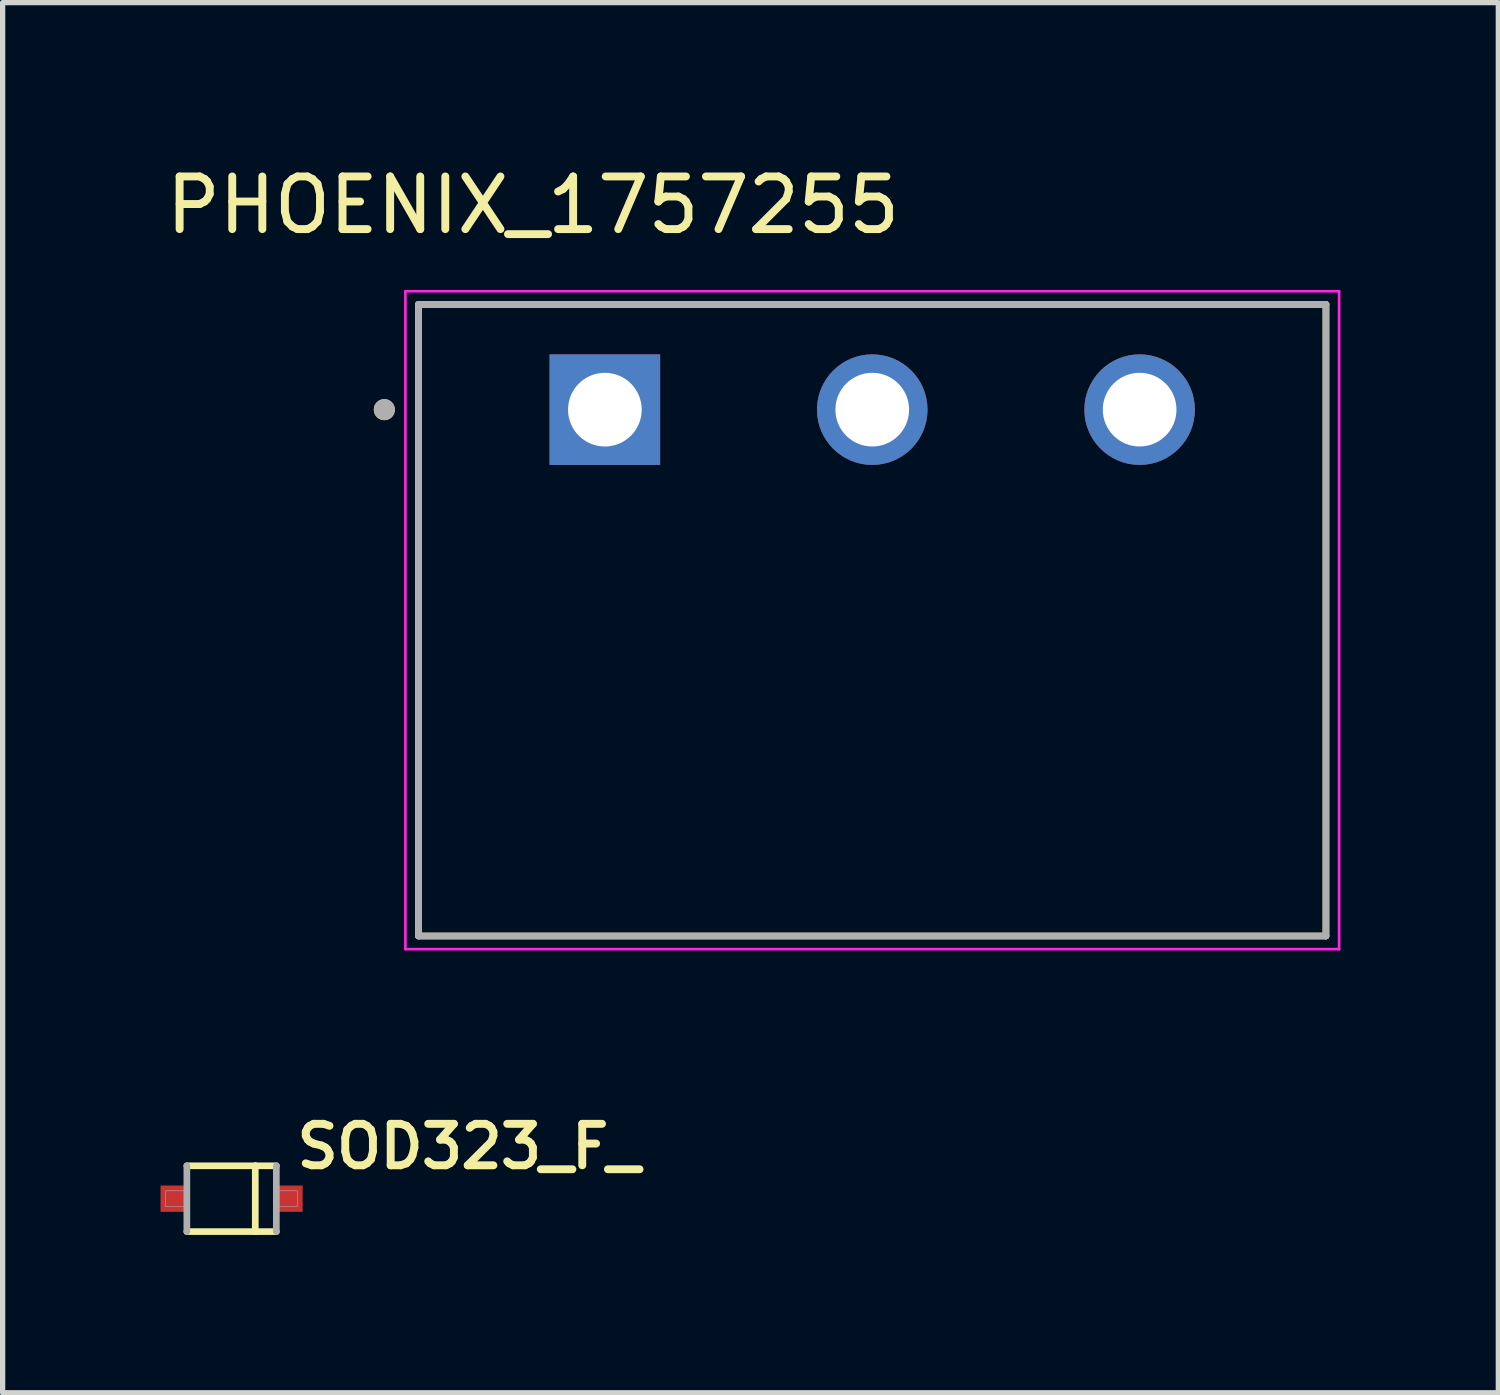
<source format=kicad_pcb>
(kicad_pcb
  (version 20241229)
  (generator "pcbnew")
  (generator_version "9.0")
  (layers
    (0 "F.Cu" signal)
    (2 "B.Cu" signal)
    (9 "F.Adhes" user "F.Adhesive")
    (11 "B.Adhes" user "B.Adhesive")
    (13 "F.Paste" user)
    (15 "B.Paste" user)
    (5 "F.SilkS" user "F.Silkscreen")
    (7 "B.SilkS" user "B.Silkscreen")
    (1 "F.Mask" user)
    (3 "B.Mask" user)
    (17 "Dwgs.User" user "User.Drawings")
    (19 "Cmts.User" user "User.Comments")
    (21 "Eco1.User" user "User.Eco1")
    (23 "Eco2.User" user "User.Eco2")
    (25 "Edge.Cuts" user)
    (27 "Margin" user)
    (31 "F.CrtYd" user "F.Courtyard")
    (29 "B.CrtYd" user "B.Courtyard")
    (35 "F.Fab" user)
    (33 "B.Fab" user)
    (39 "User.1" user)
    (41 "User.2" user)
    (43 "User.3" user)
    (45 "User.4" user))
  (footprint "SOD323_F_"
    (layer "F.Cu")
    (at 1.35 19.724)
    (property "Reference" "SOD323_F_" (at 4.505 -0.991 0) (layer "F.SilkS") (effects (font (size 0.788 0.788) (thickness 0.15))))
    (attr smd)
    (fp_line (start -0.85 -0.625) (end 0.45 -0.625) (stroke (width 0.127) (type solid)) (layer "F.SilkS"))
    (fp_line (start 0.45 -0.625) (end 0.45 0.625) (stroke (width 0.127) (type solid)) (layer "F.SilkS"))
    (fp_line (start 0.45 -0.625) (end 0.85 -0.625) (stroke (width 0.127) (type solid)) (layer "F.SilkS"))
    (fp_line (start 0.45 0.625) (end -0.85 0.625) (stroke (width 0.127) (type solid)) (layer "F.SilkS"))
    (fp_line (start 0.85 0.625) (end 0.45 0.625) (stroke (width 0.127) (type solid)) (layer "F.SilkS"))
    (fp_line (start -0.85 0.625) (end -0.85 -0.625) (stroke (width 0.127) (type solid)) (layer "F.Fab"))
    (fp_line (start 0.85 -0.625) (end 0.85 0.625) (stroke (width 0.127) (type solid)) (layer "F.Fab"))
    (fp_poly (pts (xy -1.251 -0.15) (xy -0.85 -0.15) (xy -0.85 0.15) (xy -1.251 0.15)) (stroke (width 0.01) (type solid)) (fill no) (layer "F.Fab"))
    (fp_poly (pts (xy 1.25 0.15) (xy 0.85 0.15) (xy 0.85 -0.15) (xy 1.25 -0.15)) (stroke (width 0.01) (type solid)) (fill no) (layer "F.Fab"))
    (pad "1" smd rect (at 1.1 0) (size 0.5 0.5) (layers "F.Cu" "F.Mask" "F.Paste"))
    (pad "2" smd rect (at -1.1 0) (size 0.5 0.5) (layers "F.Cu" "F.Mask" "F.Paste")))
  (footprint "PHOENIX_1757255"
    (layer "F.Cu")
    (at 4.902 14.733)
    (property "Reference" "PHOENIX_1757255" (at 2.175 -13.885 0) (layer "F.SilkS") (effects (font (size 1 1) (thickness 0.15))))
    (attr through_hole)
    (fp_line (start 0 0) (end 0 -12) (stroke (width 0.127) (type solid)) (layer "F.SilkS"))
    (fp_line (start 17.24 -12) (end 0 -12) (stroke (width 0.127) (type solid)) (layer "F.SilkS"))
    (fp_line (start 17.24 -12) (end 17.24 0) (stroke (width 0.127) (type solid)) (layer "F.SilkS"))
    (fp_line (start 17.24 0) (end 0 0) (stroke (width 0.127) (type solid)) (layer "F.SilkS"))
    (fp_circle (center -0.65 -10) (end -0.55 -10) (stroke (width 0.2) (type solid)) (fill no) (layer "F.SilkS"))
    (fp_line (start -0.25 -12.25) (end 17.49 -12.25) (stroke (width 0.05) (type solid)) (layer "F.CrtYd"))
    (fp_line (start -0.25 0.25) (end -0.25 -12.25) (stroke (width 0.05) (type solid)) (layer "F.CrtYd"))
    (fp_line (start 17.49 -12.25) (end 17.49 0.25) (stroke (width 0.05) (type solid)) (layer "F.CrtYd"))
    (fp_line (start 17.49 0.25) (end -0.25 0.25) (stroke (width 0.05) (type solid)) (layer "F.CrtYd"))
    (fp_line (start 0 -12) (end 17.24 -12) (stroke (width 0.127) (type solid)) (layer "F.Fab"))
    (fp_line (start 0 0) (end 0 -12) (stroke (width 0.127) (type solid)) (layer "F.Fab"))
    (fp_line (start 17.24 -12) (end 17.24 0) (stroke (width 0.127) (type solid)) (layer "F.Fab"))
    (fp_line (start 17.24 0) (end 0 0) (stroke (width 0.127) (type solid)) (layer "F.Fab"))
    (fp_circle (center -0.65 -10) (end -0.55 -10) (stroke (width 0.2) (type solid)) (fill no) (layer "F.Fab"))
    (pad "01" thru_hole rect (at 3.54 -10) (size 2.1 2.1) (drill 1.4) (layers "*.Cu" "*.Mask"))
    (pad "02" thru_hole circle (at 8.62 -10) (size 2.1 2.1) (drill 1.4) (layers "*.Cu" "*.Mask"))
    (pad "03" thru_hole circle (at 13.7 -10) (size 2.1 2.1) (drill 1.4) (layers "*.Cu" "*.Mask")))
  (gr_rect
    (start -3 -3)
    (end 25.417 23.412)
    (stroke (width 0.1) (type default))
    (fill no)
    (layer "Edge.Cuts")))
</source>
